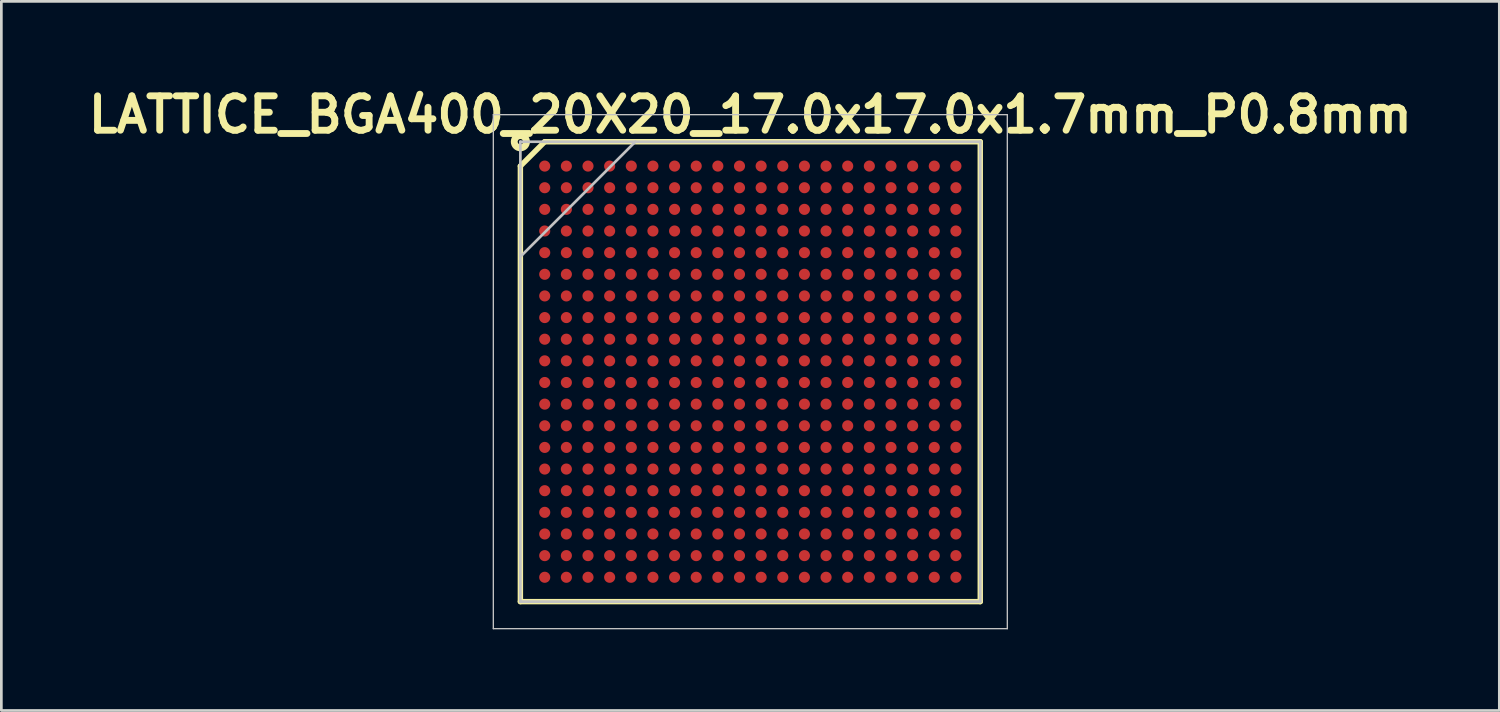
<source format=kicad_pcb>
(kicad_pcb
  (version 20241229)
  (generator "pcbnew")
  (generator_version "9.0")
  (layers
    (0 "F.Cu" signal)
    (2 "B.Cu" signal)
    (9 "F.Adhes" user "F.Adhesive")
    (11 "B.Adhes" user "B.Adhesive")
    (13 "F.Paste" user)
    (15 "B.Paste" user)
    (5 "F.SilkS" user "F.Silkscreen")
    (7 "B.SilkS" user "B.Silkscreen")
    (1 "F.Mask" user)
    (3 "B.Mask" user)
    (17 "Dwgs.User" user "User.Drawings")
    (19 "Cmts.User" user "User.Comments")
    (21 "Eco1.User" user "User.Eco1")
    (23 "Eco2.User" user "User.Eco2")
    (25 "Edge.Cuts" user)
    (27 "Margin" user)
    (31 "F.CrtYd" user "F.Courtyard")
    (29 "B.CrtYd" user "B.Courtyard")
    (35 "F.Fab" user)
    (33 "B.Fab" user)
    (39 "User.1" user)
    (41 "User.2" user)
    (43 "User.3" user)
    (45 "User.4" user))
  (footprint "LATTICE_BGA400_20X20_17.0x17.0x1.7mm_P0.8mm"
    (layer "F.Cu")
    (at 24.686 10.689)
    (property "Reference" "LATTICE_BGA400_20X20_17.0x17.0x1.7mm_P0.8mm" (at 0 -9.5 0) (unlocked yes) (layer "F.SilkS") (effects (font (size 1.27 1.27) (thickness 0.254))))
    (attr smd)
    (fp_line (start -8.5 -7.6) (end -7.6 -8.5) (stroke (width 0.2) (type solid)) (layer "F.SilkS"))
    (fp_line (start -8.5 8.5) (end -8.5 -7.6) (stroke (width 0.2) (type solid)) (layer "F.SilkS"))
    (fp_line (start -7.6 -8.5) (end 8.5 -8.5) (stroke (width 0.2) (type solid)) (layer "F.SilkS"))
    (fp_line (start 8.5 -8.5) (end 8.5 8.5) (stroke (width 0.2) (type solid)) (layer "F.SilkS"))
    (fp_line (start 8.5 8.5) (end -8.5 8.5) (stroke (width 0.2) (type solid)) (layer "F.SilkS"))
    (fp_circle (center -8.5 -8.5) (end -8.4 -8.5) (stroke (width 0.254) (type solid)) (fill no) (layer "F.SilkS"))
    (fp_line (start -9.5 -9.5) (end 9.5 -9.5) (stroke (width 0.05) (type solid)) (layer "Dwgs.User"))
    (fp_line (start -9.5 9.5) (end -9.5 -9.5) (stroke (width 0.05) (type solid)) (layer "Dwgs.User"))
    (fp_line (start -8.5 -8.5) (end 8.5 -8.5) (stroke (width 0.1) (type solid)) (layer "Dwgs.User"))
    (fp_line (start -8.5 -4.25) (end -4.25 -8.5) (stroke (width 0.1) (type solid)) (layer "Dwgs.User"))
    (fp_line (start -8.5 8.5) (end -8.5 -8.5) (stroke (width 0.1) (type solid)) (layer "Dwgs.User"))
    (fp_line (start 8.5 -8.5) (end 8.5 8.5) (stroke (width 0.1) (type solid)) (layer "Dwgs.User"))
    (fp_line (start 8.5 8.5) (end -8.5 8.5) (stroke (width 0.1) (type solid)) (layer "Dwgs.User"))
    (fp_line (start 9.5 -9.5) (end 9.5 9.5) (stroke (width 0.05) (type solid)) (layer "Dwgs.User"))
    (fp_line (start 9.5 9.5) (end -9.5 9.5) (stroke (width 0.05) (type solid)) (layer "Dwgs.User"))
    (pad "A1" smd circle (at -7.6 -7.6 90) (size 0.41 0.41) (layers "F.Cu" "F.Mask" "F.Paste"))
    (pad "A2" smd circle (at -6.8 -7.6 90) (size 0.41 0.41) (layers "F.Cu" "F.Mask" "F.Paste"))
    (pad "A3" smd circle (at -6 -7.6 90) (size 0.41 0.41) (layers "F.Cu" "F.Mask" "F.Paste"))
    (pad "A4" smd circle (at -5.2 -7.6 90) (size 0.41 0.41) (layers "F.Cu" "F.Mask" "F.Paste"))
    (pad "A5" smd circle (at -4.4 -7.6 90) (size 0.41 0.41) (layers "F.Cu" "F.Mask" "F.Paste"))
    (pad "A6" smd circle (at -3.6 -7.6 90) (size 0.41 0.41) (layers "F.Cu" "F.Mask" "F.Paste"))
    (pad "A7" smd circle (at -2.8 -7.6 90) (size 0.41 0.41) (layers "F.Cu" "F.Mask" "F.Paste"))
    (pad "A8" smd circle (at -2 -7.6 90) (size 0.41 0.41) (layers "F.Cu" "F.Mask" "F.Paste"))
    (pad "A9" smd circle (at -1.2 -7.6 90) (size 0.41 0.41) (layers "F.Cu" "F.Mask" "F.Paste"))
    (pad "A10" smd circle (at -0.4 -7.6 90) (size 0.41 0.41) (layers "F.Cu" "F.Mask" "F.Paste"))
    (pad "A11" smd circle (at 0.4 -7.6 90) (size 0.41 0.41) (layers "F.Cu" "F.Mask" "F.Paste"))
    (pad "A12" smd circle (at 1.2 -7.6 90) (size 0.41 0.41) (layers "F.Cu" "F.Mask" "F.Paste"))
    (pad "A13" smd circle (at 2 -7.6 90) (size 0.41 0.41) (layers "F.Cu" "F.Mask" "F.Paste"))
    (pad "A14" smd circle (at 2.8 -7.6 90) (size 0.41 0.41) (layers "F.Cu" "F.Mask" "F.Paste"))
    (pad "A15" smd circle (at 3.6 -7.6 90) (size 0.41 0.41) (layers "F.Cu" "F.Mask" "F.Paste"))
    (pad "A16" smd circle (at 4.4 -7.6 90) (size 0.41 0.41) (layers "F.Cu" "F.Mask" "F.Paste"))
    (pad "A17" smd circle (at 5.2 -7.6 90) (size 0.41 0.41) (layers "F.Cu" "F.Mask" "F.Paste"))
    (pad "A18" smd circle (at 6 -7.6 90) (size 0.41 0.41) (layers "F.Cu" "F.Mask" "F.Paste"))
    (pad "A19" smd circle (at 6.8 -7.6 90) (size 0.41 0.41) (layers "F.Cu" "F.Mask" "F.Paste"))
    (pad "A20" smd circle (at 7.6 -7.6 90) (size 0.41 0.41) (layers "F.Cu" "F.Mask" "F.Paste"))
    (pad "B1" smd circle (at -7.6 -6.8 90) (size 0.41 0.41) (layers "F.Cu" "F.Mask" "F.Paste"))
    (pad "B2" smd circle (at -6.8 -6.8 90) (size 0.41 0.41) (layers "F.Cu" "F.Mask" "F.Paste"))
    (pad "B3" smd circle (at -6 -6.8 90) (size 0.41 0.41) (layers "F.Cu" "F.Mask" "F.Paste"))
    (pad "B4" smd circle (at -5.2 -6.8 90) (size 0.41 0.41) (layers "F.Cu" "F.Mask" "F.Paste"))
    (pad "B5" smd circle (at -4.4 -6.8 90) (size 0.41 0.41) (layers "F.Cu" "F.Mask" "F.Paste"))
    (pad "B6" smd circle (at -3.6 -6.8 90) (size 0.41 0.41) (layers "F.Cu" "F.Mask" "F.Paste"))
    (pad "B7" smd circle (at -2.8 -6.8 90) (size 0.41 0.41) (layers "F.Cu" "F.Mask" "F.Paste"))
    (pad "B8" smd circle (at -2 -6.8 90) (size 0.41 0.41) (layers "F.Cu" "F.Mask" "F.Paste"))
    (pad "B9" smd circle (at -1.2 -6.8 90) (size 0.41 0.41) (layers "F.Cu" "F.Mask" "F.Paste"))
    (pad "B10" smd circle (at -0.4 -6.8 90) (size 0.41 0.41) (layers "F.Cu" "F.Mask" "F.Paste"))
    (pad "B11" smd circle (at 0.4 -6.8 90) (size 0.41 0.41) (layers "F.Cu" "F.Mask" "F.Paste"))
    (pad "B12" smd circle (at 1.2 -6.8 90) (size 0.41 0.41) (layers "F.Cu" "F.Mask" "F.Paste"))
    (pad "B13" smd circle (at 2 -6.8 90) (size 0.41 0.41) (layers "F.Cu" "F.Mask" "F.Paste"))
    (pad "B14" smd circle (at 2.8 -6.8 90) (size 0.41 0.41) (layers "F.Cu" "F.Mask" "F.Paste"))
    (pad "B15" smd circle (at 3.6 -6.8 90) (size 0.41 0.41) (layers "F.Cu" "F.Mask" "F.Paste"))
    (pad "B16" smd circle (at 4.4 -6.8 90) (size 0.41 0.41) (layers "F.Cu" "F.Mask" "F.Paste"))
    (pad "B17" smd circle (at 5.2 -6.8 90) (size 0.41 0.41) (layers "F.Cu" "F.Mask" "F.Paste"))
    (pad "B18" smd circle (at 6 -6.8 90) (size 0.41 0.41) (layers "F.Cu" "F.Mask" "F.Paste"))
    (pad "B19" smd circle (at 6.8 -6.8 90) (size 0.41 0.41) (layers "F.Cu" "F.Mask" "F.Paste"))
    (pad "B20" smd circle (at 7.6 -6.8 90) (size 0.41 0.41) (layers "F.Cu" "F.Mask" "F.Paste"))
    (pad "C1" smd circle (at -7.6 -6 90) (size 0.41 0.41) (layers "F.Cu" "F.Mask" "F.Paste"))
    (pad "C2" smd circle (at -6.8 -6 90) (size 0.41 0.41) (layers "F.Cu" "F.Mask" "F.Paste"))
    (pad "C3" smd circle (at -6 -6 90) (size 0.41 0.41) (layers "F.Cu" "F.Mask" "F.Paste"))
    (pad "C4" smd circle (at -5.2 -6 90) (size 0.41 0.41) (layers "F.Cu" "F.Mask" "F.Paste"))
    (pad "C5" smd circle (at -4.4 -6 90) (size 0.41 0.41) (layers "F.Cu" "F.Mask" "F.Paste"))
    (pad "C6" smd circle (at -3.6 -6 90) (size 0.41 0.41) (layers "F.Cu" "F.Mask" "F.Paste"))
    (pad "C7" smd circle (at -2.8 -6 90) (size 0.41 0.41) (layers "F.Cu" "F.Mask" "F.Paste"))
    (pad "C8" smd circle (at -2 -6 90) (size 0.41 0.41) (layers "F.Cu" "F.Mask" "F.Paste"))
    (pad "C9" smd circle (at -1.2 -6 90) (size 0.41 0.41) (layers "F.Cu" "F.Mask" "F.Paste"))
    (pad "C10" smd circle (at -0.4 -6 90) (size 0.41 0.41) (layers "F.Cu" "F.Mask" "F.Paste"))
    (pad "C11" smd circle (at 0.4 -6 90) (size 0.41 0.41) (layers "F.Cu" "F.Mask" "F.Paste"))
    (pad "C12" smd circle (at 1.2 -6 90) (size 0.41 0.41) (layers "F.Cu" "F.Mask" "F.Paste"))
    (pad "C13" smd circle (at 2 -6 90) (size 0.41 0.41) (layers "F.Cu" "F.Mask" "F.Paste"))
    (pad "C14" smd circle (at 2.8 -6 90) (size 0.41 0.41) (layers "F.Cu" "F.Mask" "F.Paste"))
    (pad "C15" smd circle (at 3.6 -6 90) (size 0.41 0.41) (layers "F.Cu" "F.Mask" "F.Paste"))
    (pad "C16" smd circle (at 4.4 -6 90) (size 0.41 0.41) (layers "F.Cu" "F.Mask" "F.Paste"))
    (pad "C17" smd circle (at 5.2 -6 90) (size 0.41 0.41) (layers "F.Cu" "F.Mask" "F.Paste"))
    (pad "C18" smd circle (at 6 -6 90) (size 0.41 0.41) (layers "F.Cu" "F.Mask" "F.Paste"))
    (pad "C19" smd circle (at 6.8 -6 90) (size 0.41 0.41) (layers "F.Cu" "F.Mask" "F.Paste"))
    (pad "C20" smd circle (at 7.6 -6 90) (size 0.41 0.41) (layers "F.Cu" "F.Mask" "F.Paste"))
    (pad "D1" smd circle (at -7.6 -5.2 90) (size 0.41 0.41) (layers "F.Cu" "F.Mask" "F.Paste"))
    (pad "D2" smd circle (at -6.8 -5.2 90) (size 0.41 0.41) (layers "F.Cu" "F.Mask" "F.Paste"))
    (pad "D3" smd circle (at -6 -5.2 90) (size 0.41 0.41) (layers "F.Cu" "F.Mask" "F.Paste"))
    (pad "D4" smd circle (at -5.2 -5.2 90) (size 0.41 0.41) (layers "F.Cu" "F.Mask" "F.Paste"))
    (pad "D5" smd circle (at -4.4 -5.2 90) (size 0.41 0.41) (layers "F.Cu" "F.Mask" "F.Paste"))
    (pad "D6" smd circle (at -3.6 -5.2 90) (size 0.41 0.41) (layers "F.Cu" "F.Mask" "F.Paste"))
    (pad "D7" smd circle (at -2.8 -5.2 90) (size 0.41 0.41) (layers "F.Cu" "F.Mask" "F.Paste"))
    (pad "D8" smd circle (at -2 -5.2 90) (size 0.41 0.41) (layers "F.Cu" "F.Mask" "F.Paste"))
    (pad "D9" smd circle (at -1.2 -5.2 90) (size 0.41 0.41) (layers "F.Cu" "F.Mask" "F.Paste"))
    (pad "D10" smd circle (at -0.4 -5.2 90) (size 0.41 0.41) (layers "F.Cu" "F.Mask" "F.Paste"))
    (pad "D11" smd circle (at 0.4 -5.2 90) (size 0.41 0.41) (layers "F.Cu" "F.Mask" "F.Paste"))
    (pad "D12" smd circle (at 1.2 -5.2 90) (size 0.41 0.41) (layers "F.Cu" "F.Mask" "F.Paste"))
    (pad "D13" smd circle (at 2 -5.2 90) (size 0.41 0.41) (layers "F.Cu" "F.Mask" "F.Paste"))
    (pad "D14" smd circle (at 2.8 -5.2 90) (size 0.41 0.41) (layers "F.Cu" "F.Mask" "F.Paste"))
    (pad "D15" smd circle (at 3.6 -5.2 90) (size 0.41 0.41) (layers "F.Cu" "F.Mask" "F.Paste"))
    (pad "D16" smd circle (at 4.4 -5.2 90) (size 0.41 0.41) (layers "F.Cu" "F.Mask" "F.Paste"))
    (pad "D17" smd circle (at 5.2 -5.2 90) (size 0.41 0.41) (layers "F.Cu" "F.Mask" "F.Paste"))
    (pad "D18" smd circle (at 6 -5.2 90) (size 0.41 0.41) (layers "F.Cu" "F.Mask" "F.Paste"))
    (pad "D19" smd circle (at 6.8 -5.2 90) (size 0.41 0.41) (layers "F.Cu" "F.Mask" "F.Paste"))
    (pad "D20" smd circle (at 7.6 -5.2 90) (size 0.41 0.41) (layers "F.Cu" "F.Mask" "F.Paste"))
    (pad "E1" smd circle (at -7.6 -4.4 90) (size 0.41 0.41) (layers "F.Cu" "F.Mask" "F.Paste"))
    (pad "E2" smd circle (at -6.8 -4.4 90) (size 0.41 0.41) (layers "F.Cu" "F.Mask" "F.Paste"))
    (pad "E3" smd circle (at -6 -4.4 90) (size 0.41 0.41) (layers "F.Cu" "F.Mask" "F.Paste"))
    (pad "E4" smd circle (at -5.2 -4.4 90) (size 0.41 0.41) (layers "F.Cu" "F.Mask" "F.Paste"))
    (pad "E5" smd circle (at -4.4 -4.4 90) (size 0.41 0.41) (layers "F.Cu" "F.Mask" "F.Paste"))
    (pad "E6" smd circle (at -3.6 -4.4 90) (size 0.41 0.41) (layers "F.Cu" "F.Mask" "F.Paste"))
    (pad "E7" smd circle (at -2.8 -4.4 90) (size 0.41 0.41) (layers "F.Cu" "F.Mask" "F.Paste"))
    (pad "E8" smd circle (at -2 -4.4 90) (size 0.41 0.41) (layers "F.Cu" "F.Mask" "F.Paste"))
    (pad "E9" smd circle (at -1.2 -4.4 90) (size 0.41 0.41) (layers "F.Cu" "F.Mask" "F.Paste"))
    (pad "E10" smd circle (at -0.4 -4.4 90) (size 0.41 0.41) (layers "F.Cu" "F.Mask" "F.Paste"))
    (pad "E11" smd circle (at 0.4 -4.4 90) (size 0.41 0.41) (layers "F.Cu" "F.Mask" "F.Paste"))
    (pad "E12" smd circle (at 1.2 -4.4 90) (size 0.41 0.41) (layers "F.Cu" "F.Mask" "F.Paste"))
    (pad "E13" smd circle (at 2 -4.4 90) (size 0.41 0.41) (layers "F.Cu" "F.Mask" "F.Paste"))
    (pad "E14" smd circle (at 2.8 -4.4 90) (size 0.41 0.41) (layers "F.Cu" "F.Mask" "F.Paste"))
    (pad "E15" smd circle (at 3.6 -4.4 90) (size 0.41 0.41) (layers "F.Cu" "F.Mask" "F.Paste"))
    (pad "E16" smd circle (at 4.4 -4.4 90) (size 0.41 0.41) (layers "F.Cu" "F.Mask" "F.Paste"))
    (pad "E17" smd circle (at 5.2 -4.4 90) (size 0.41 0.41) (layers "F.Cu" "F.Mask" "F.Paste"))
    (pad "E18" smd circle (at 6 -4.4 90) (size 0.41 0.41) (layers "F.Cu" "F.Mask" "F.Paste"))
    (pad "E19" smd circle (at 6.8 -4.4 90) (size 0.41 0.41) (layers "F.Cu" "F.Mask" "F.Paste"))
    (pad "E20" smd circle (at 7.6 -4.4 90) (size 0.41 0.41) (layers "F.Cu" "F.Mask" "F.Paste"))
    (pad "F1" smd circle (at -7.6 -3.6 90) (size 0.41 0.41) (layers "F.Cu" "F.Mask" "F.Paste"))
    (pad "F2" smd circle (at -6.8 -3.6 90) (size 0.41 0.41) (layers "F.Cu" "F.Mask" "F.Paste"))
    (pad "F3" smd circle (at -6 -3.6 90) (size 0.41 0.41) (layers "F.Cu" "F.Mask" "F.Paste"))
    (pad "F4" smd circle (at -5.2 -3.6 90) (size 0.41 0.41) (layers "F.Cu" "F.Mask" "F.Paste"))
    (pad "F5" smd circle (at -4.4 -3.6 90) (size 0.41 0.41) (layers "F.Cu" "F.Mask" "F.Paste"))
    (pad "F6" smd circle (at -3.6 -3.6 90) (size 0.41 0.41) (layers "F.Cu" "F.Mask" "F.Paste"))
    (pad "F7" smd circle (at -2.8 -3.6 90) (size 0.41 0.41) (layers "F.Cu" "F.Mask" "F.Paste"))
    (pad "F8" smd circle (at -2 -3.6 90) (size 0.41 0.41) (layers "F.Cu" "F.Mask" "F.Paste"))
    (pad "F9" smd circle (at -1.2 -3.6 90) (size 0.41 0.41) (layers "F.Cu" "F.Mask" "F.Paste"))
    (pad "F10" smd circle (at -0.4 -3.6 90) (size 0.41 0.41) (layers "F.Cu" "F.Mask" "F.Paste"))
    (pad "F11" smd circle (at 0.4 -3.6 90) (size 0.41 0.41) (layers "F.Cu" "F.Mask" "F.Paste"))
    (pad "F12" smd circle (at 1.2 -3.6 90) (size 0.41 0.41) (layers "F.Cu" "F.Mask" "F.Paste"))
    (pad "F13" smd circle (at 2 -3.6 90) (size 0.41 0.41) (layers "F.Cu" "F.Mask" "F.Paste"))
    (pad "F14" smd circle (at 2.8 -3.6 90) (size 0.41 0.41) (layers "F.Cu" "F.Mask" "F.Paste"))
    (pad "F15" smd circle (at 3.6 -3.6 90) (size 0.41 0.41) (layers "F.Cu" "F.Mask" "F.Paste"))
    (pad "F16" smd circle (at 4.4 -3.6 90) (size 0.41 0.41) (layers "F.Cu" "F.Mask" "F.Paste"))
    (pad "F17" smd circle (at 5.2 -3.6 90) (size 0.41 0.41) (layers "F.Cu" "F.Mask" "F.Paste"))
    (pad "F18" smd circle (at 6 -3.6 90) (size 0.41 0.41) (layers "F.Cu" "F.Mask" "F.Paste"))
    (pad "F19" smd circle (at 6.8 -3.6 90) (size 0.41 0.41) (layers "F.Cu" "F.Mask" "F.Paste"))
    (pad "F20" smd circle (at 7.6 -3.6 90) (size 0.41 0.41) (layers "F.Cu" "F.Mask" "F.Paste"))
    (pad "G1" smd circle (at -7.6 -2.8 90) (size 0.41 0.41) (layers "F.Cu" "F.Mask" "F.Paste"))
    (pad "G2" smd circle (at -6.8 -2.8 90) (size 0.41 0.41) (layers "F.Cu" "F.Mask" "F.Paste"))
    (pad "G3" smd circle (at -6 -2.8 90) (size 0.41 0.41) (layers "F.Cu" "F.Mask" "F.Paste"))
    (pad "G4" smd circle (at -5.2 -2.8 90) (size 0.41 0.41) (layers "F.Cu" "F.Mask" "F.Paste"))
    (pad "G5" smd circle (at -4.4 -2.8 90) (size 0.41 0.41) (layers "F.Cu" "F.Mask" "F.Paste"))
    (pad "G6" smd circle (at -3.6 -2.8 90) (size 0.41 0.41) (layers "F.Cu" "F.Mask" "F.Paste"))
    (pad "G7" smd circle (at -2.8 -2.8 90) (size 0.41 0.41) (layers "F.Cu" "F.Mask" "F.Paste"))
    (pad "G8" smd circle (at -2 -2.8 90) (size 0.41 0.41) (layers "F.Cu" "F.Mask" "F.Paste"))
    (pad "G9" smd circle (at -1.2 -2.8 90) (size 0.41 0.41) (layers "F.Cu" "F.Mask" "F.Paste"))
    (pad "G10" smd circle (at -0.4 -2.8 90) (size 0.41 0.41) (layers "F.Cu" "F.Mask" "F.Paste"))
    (pad "G11" smd circle (at 0.4 -2.8 90) (size 0.41 0.41) (layers "F.Cu" "F.Mask" "F.Paste"))
    (pad "G12" smd circle (at 1.2 -2.8 90) (size 0.41 0.41) (layers "F.Cu" "F.Mask" "F.Paste"))
    (pad "G13" smd circle (at 2 -2.8 90) (size 0.41 0.41) (layers "F.Cu" "F.Mask" "F.Paste"))
    (pad "G14" smd circle (at 2.8 -2.8 90) (size 0.41 0.41) (layers "F.Cu" "F.Mask" "F.Paste"))
    (pad "G15" smd circle (at 3.6 -2.8 90) (size 0.41 0.41) (layers "F.Cu" "F.Mask" "F.Paste"))
    (pad "G16" smd circle (at 4.4 -2.8 90) (size 0.41 0.41) (layers "F.Cu" "F.Mask" "F.Paste"))
    (pad "G17" smd circle (at 5.2 -2.8 90) (size 0.41 0.41) (layers "F.Cu" "F.Mask" "F.Paste"))
    (pad "G18" smd circle (at 6 -2.8 90) (size 0.41 0.41) (layers "F.Cu" "F.Mask" "F.Paste"))
    (pad "G19" smd circle (at 6.8 -2.8 90) (size 0.41 0.41) (layers "F.Cu" "F.Mask" "F.Paste"))
    (pad "G20" smd circle (at 7.6 -2.8 90) (size 0.41 0.41) (layers "F.Cu" "F.Mask" "F.Paste"))
    (pad "H1" smd circle (at -7.6 -2 90) (size 0.41 0.41) (layers "F.Cu" "F.Mask" "F.Paste"))
    (pad "H2" smd circle (at -6.8 -2 90) (size 0.41 0.41) (layers "F.Cu" "F.Mask" "F.Paste"))
    (pad "H3" smd circle (at -6 -2 90) (size 0.41 0.41) (layers "F.Cu" "F.Mask" "F.Paste"))
    (pad "H4" smd circle (at -5.2 -2 90) (size 0.41 0.41) (layers "F.Cu" "F.Mask" "F.Paste"))
    (pad "H5" smd circle (at -4.4 -2 90) (size 0.41 0.41) (layers "F.Cu" "F.Mask" "F.Paste"))
    (pad "H6" smd circle (at -3.6 -2 90) (size 0.41 0.41) (layers "F.Cu" "F.Mask" "F.Paste"))
    (pad "H7" smd circle (at -2.8 -2 90) (size 0.41 0.41) (layers "F.Cu" "F.Mask" "F.Paste"))
    (pad "H8" smd circle (at -2 -2 90) (size 0.41 0.41) (layers "F.Cu" "F.Mask" "F.Paste"))
    (pad "H9" smd circle (at -1.2 -2 90) (size 0.41 0.41) (layers "F.Cu" "F.Mask" "F.Paste"))
    (pad "H10" smd circle (at -0.4 -2 90) (size 0.41 0.41) (layers "F.Cu" "F.Mask" "F.Paste"))
    (pad "H11" smd circle (at 0.4 -2 90) (size 0.41 0.41) (layers "F.Cu" "F.Mask" "F.Paste"))
    (pad "H12" smd circle (at 1.2 -2 90) (size 0.41 0.41) (layers "F.Cu" "F.Mask" "F.Paste"))
    (pad "H13" smd circle (at 2 -2 90) (size 0.41 0.41) (layers "F.Cu" "F.Mask" "F.Paste"))
    (pad "H14" smd circle (at 2.8 -2 90) (size 0.41 0.41) (layers "F.Cu" "F.Mask" "F.Paste"))
    (pad "H15" smd circle (at 3.6 -2 90) (size 0.41 0.41) (layers "F.Cu" "F.Mask" "F.Paste"))
    (pad "H16" smd circle (at 4.4 -2 90) (size 0.41 0.41) (layers "F.Cu" "F.Mask" "F.Paste"))
    (pad "H17" smd circle (at 5.2 -2 90) (size 0.41 0.41) (layers "F.Cu" "F.Mask" "F.Paste"))
    (pad "H18" smd circle (at 6 -2 90) (size 0.41 0.41) (layers "F.Cu" "F.Mask" "F.Paste"))
    (pad "H19" smd circle (at 6.8 -2 90) (size 0.41 0.41) (layers "F.Cu" "F.Mask" "F.Paste"))
    (pad "H20" smd circle (at 7.6 -2 90) (size 0.41 0.41) (layers "F.Cu" "F.Mask" "F.Paste"))
    (pad "J1" smd circle (at -7.6 -1.2 90) (size 0.41 0.41) (layers "F.Cu" "F.Mask" "F.Paste"))
    (pad "J2" smd circle (at -6.8 -1.2 90) (size 0.41 0.41) (layers "F.Cu" "F.Mask" "F.Paste"))
    (pad "J3" smd circle (at -6 -1.2 90) (size 0.41 0.41) (layers "F.Cu" "F.Mask" "F.Paste"))
    (pad "J4" smd circle (at -5.2 -1.2 90) (size 0.41 0.41) (layers "F.Cu" "F.Mask" "F.Paste"))
    (pad "J5" smd circle (at -4.4 -1.2 90) (size 0.41 0.41) (layers "F.Cu" "F.Mask" "F.Paste"))
    (pad "J6" smd circle (at -3.6 -1.2 90) (size 0.41 0.41) (layers "F.Cu" "F.Mask" "F.Paste"))
    (pad "J7" smd circle (at -2.8 -1.2 90) (size 0.41 0.41) (layers "F.Cu" "F.Mask" "F.Paste"))
    (pad "J8" smd circle (at -2 -1.2 90) (size 0.41 0.41) (layers "F.Cu" "F.Mask" "F.Paste"))
    (pad "J9" smd circle (at -1.2 -1.2 90) (size 0.41 0.41) (layers "F.Cu" "F.Mask" "F.Paste"))
    (pad "J10" smd circle (at -0.4 -1.2 90) (size 0.41 0.41) (layers "F.Cu" "F.Mask" "F.Paste"))
    (pad "J11" smd circle (at 0.4 -1.2 90) (size 0.41 0.41) (layers "F.Cu" "F.Mask" "F.Paste"))
    (pad "J12" smd circle (at 1.2 -1.2 90) (size 0.41 0.41) (layers "F.Cu" "F.Mask" "F.Paste"))
    (pad "J13" smd circle (at 2 -1.2 90) (size 0.41 0.41) (layers "F.Cu" "F.Mask" "F.Paste"))
    (pad "J14" smd circle (at 2.8 -1.2 90) (size 0.41 0.41) (layers "F.Cu" "F.Mask" "F.Paste"))
    (pad "J15" smd circle (at 3.6 -1.2 90) (size 0.41 0.41) (layers "F.Cu" "F.Mask" "F.Paste"))
    (pad "J16" smd circle (at 4.4 -1.2 90) (size 0.41 0.41) (layers "F.Cu" "F.Mask" "F.Paste"))
    (pad "J17" smd circle (at 5.2 -1.2 90) (size 0.41 0.41) (layers "F.Cu" "F.Mask" "F.Paste"))
    (pad "J18" smd circle (at 6 -1.2 90) (size 0.41 0.41) (layers "F.Cu" "F.Mask" "F.Paste"))
    (pad "J19" smd circle (at 6.8 -1.2 90) (size 0.41 0.41) (layers "F.Cu" "F.Mask" "F.Paste"))
    (pad "J20" smd circle (at 7.6 -1.2 90) (size 0.41 0.41) (layers "F.Cu" "F.Mask" "F.Paste"))
    (pad "K1" smd circle (at -7.6 -0.4 90) (size 0.41 0.41) (layers "F.Cu" "F.Mask" "F.Paste"))
    (pad "K2" smd circle (at -6.8 -0.4 90) (size 0.41 0.41) (layers "F.Cu" "F.Mask" "F.Paste"))
    (pad "K3" smd circle (at -6 -0.4 90) (size 0.41 0.41) (layers "F.Cu" "F.Mask" "F.Paste"))
    (pad "K4" smd circle (at -5.2 -0.4 90) (size 0.41 0.41) (layers "F.Cu" "F.Mask" "F.Paste"))
    (pad "K5" smd circle (at -4.4 -0.4 90) (size 0.41 0.41) (layers "F.Cu" "F.Mask" "F.Paste"))
    (pad "K6" smd circle (at -3.6 -0.4 90) (size 0.41 0.41) (layers "F.Cu" "F.Mask" "F.Paste"))
    (pad "K7" smd circle (at -2.8 -0.4 90) (size 0.41 0.41) (layers "F.Cu" "F.Mask" "F.Paste"))
    (pad "K8" smd circle (at -2 -0.4 90) (size 0.41 0.41) (layers "F.Cu" "F.Mask" "F.Paste"))
    (pad "K9" smd circle (at -1.2 -0.4 90) (size 0.41 0.41) (layers "F.Cu" "F.Mask" "F.Paste"))
    (pad "K10" smd circle (at -0.4 -0.4 90) (size 0.41 0.41) (layers "F.Cu" "F.Mask" "F.Paste"))
    (pad "K11" smd circle (at 0.4 -0.4 90) (size 0.41 0.41) (layers "F.Cu" "F.Mask" "F.Paste"))
    (pad "K12" smd circle (at 1.2 -0.4 90) (size 0.41 0.41) (layers "F.Cu" "F.Mask" "F.Paste"))
    (pad "K13" smd circle (at 2 -0.4 90) (size 0.41 0.41) (layers "F.Cu" "F.Mask" "F.Paste"))
    (pad "K14" smd circle (at 2.8 -0.4 90) (size 0.41 0.41) (layers "F.Cu" "F.Mask" "F.Paste"))
    (pad "K15" smd circle (at 3.6 -0.4 90) (size 0.41 0.41) (layers "F.Cu" "F.Mask" "F.Paste"))
    (pad "K16" smd circle (at 4.4 -0.4 90) (size 0.41 0.41) (layers "F.Cu" "F.Mask" "F.Paste"))
    (pad "K17" smd circle (at 5.2 -0.4 90) (size 0.41 0.41) (layers "F.Cu" "F.Mask" "F.Paste"))
    (pad "K18" smd circle (at 6 -0.4 90) (size 0.41 0.41) (layers "F.Cu" "F.Mask" "F.Paste"))
    (pad "K19" smd circle (at 6.8 -0.4 90) (size 0.41 0.41) (layers "F.Cu" "F.Mask" "F.Paste"))
    (pad "K20" smd circle (at 7.6 -0.4 90) (size 0.41 0.41) (layers "F.Cu" "F.Mask" "F.Paste"))
    (pad "L1" smd circle (at -7.6 0.4 90) (size 0.41 0.41) (layers "F.Cu" "F.Mask" "F.Paste"))
    (pad "L2" smd circle (at -6.8 0.4 90) (size 0.41 0.41) (layers "F.Cu" "F.Mask" "F.Paste"))
    (pad "L3" smd circle (at -6 0.4 90) (size 0.41 0.41) (layers "F.Cu" "F.Mask" "F.Paste"))
    (pad "L4" smd circle (at -5.2 0.4 90) (size 0.41 0.41) (layers "F.Cu" "F.Mask" "F.Paste"))
    (pad "L5" smd circle (at -4.4 0.4 90) (size 0.41 0.41) (layers "F.Cu" "F.Mask" "F.Paste"))
    (pad "L6" smd circle (at -3.6 0.4 90) (size 0.41 0.41) (layers "F.Cu" "F.Mask" "F.Paste"))
    (pad "L7" smd circle (at -2.8 0.4 90) (size 0.41 0.41) (layers "F.Cu" "F.Mask" "F.Paste"))
    (pad "L8" smd circle (at -2 0.4 90) (size 0.41 0.41) (layers "F.Cu" "F.Mask" "F.Paste"))
    (pad "L9" smd circle (at -1.2 0.4 90) (size 0.41 0.41) (layers "F.Cu" "F.Mask" "F.Paste"))
    (pad "L10" smd circle (at -0.4 0.4 90) (size 0.41 0.41) (layers "F.Cu" "F.Mask" "F.Paste"))
    (pad "L11" smd circle (at 0.4 0.4 90) (size 0.41 0.41) (layers "F.Cu" "F.Mask" "F.Paste"))
    (pad "L12" smd circle (at 1.2 0.4 90) (size 0.41 0.41) (layers "F.Cu" "F.Mask" "F.Paste"))
    (pad "L13" smd circle (at 2 0.4 90) (size 0.41 0.41) (layers "F.Cu" "F.Mask" "F.Paste"))
    (pad "L14" smd circle (at 2.8 0.4 90) (size 0.41 0.41) (layers "F.Cu" "F.Mask" "F.Paste"))
    (pad "L15" smd circle (at 3.6 0.4 90) (size 0.41 0.41) (layers "F.Cu" "F.Mask" "F.Paste"))
    (pad "L16" smd circle (at 4.4 0.4 90) (size 0.41 0.41) (layers "F.Cu" "F.Mask" "F.Paste"))
    (pad "L17" smd circle (at 5.2 0.4 90) (size 0.41 0.41) (layers "F.Cu" "F.Mask" "F.Paste"))
    (pad "L18" smd circle (at 6 0.4 90) (size 0.41 0.41) (layers "F.Cu" "F.Mask" "F.Paste"))
    (pad "L19" smd circle (at 6.8 0.4 90) (size 0.41 0.41) (layers "F.Cu" "F.Mask" "F.Paste"))
    (pad "L20" smd circle (at 7.6 0.4 90) (size 0.41 0.41) (layers "F.Cu" "F.Mask" "F.Paste"))
    (pad "M1" smd circle (at -7.6 1.2 90) (size 0.41 0.41) (layers "F.Cu" "F.Mask" "F.Paste"))
    (pad "M2" smd circle (at -6.8 1.2 90) (size 0.41 0.41) (layers "F.Cu" "F.Mask" "F.Paste"))
    (pad "M3" smd circle (at -6 1.2 90) (size 0.41 0.41) (layers "F.Cu" "F.Mask" "F.Paste"))
    (pad "M4" smd circle (at -5.2 1.2 90) (size 0.41 0.41) (layers "F.Cu" "F.Mask" "F.Paste"))
    (pad "M5" smd circle (at -4.4 1.2 90) (size 0.41 0.41) (layers "F.Cu" "F.Mask" "F.Paste"))
    (pad "M6" smd circle (at -3.6 1.2 90) (size 0.41 0.41) (layers "F.Cu" "F.Mask" "F.Paste"))
    (pad "M7" smd circle (at -2.8 1.2 90) (size 0.41 0.41) (layers "F.Cu" "F.Mask" "F.Paste"))
    (pad "M8" smd circle (at -2 1.2 90) (size 0.41 0.41) (layers "F.Cu" "F.Mask" "F.Paste"))
    (pad "M9" smd circle (at -1.2 1.2 90) (size 0.41 0.41) (layers "F.Cu" "F.Mask" "F.Paste"))
    (pad "M10" smd circle (at -0.4 1.2 90) (size 0.41 0.41) (layers "F.Cu" "F.Mask" "F.Paste"))
    (pad "M11" smd circle (at 0.4 1.2 90) (size 0.41 0.41) (layers "F.Cu" "F.Mask" "F.Paste"))
    (pad "M12" smd circle (at 1.2 1.2 90) (size 0.41 0.41) (layers "F.Cu" "F.Mask" "F.Paste"))
    (pad "M13" smd circle (at 2 1.2 90) (size 0.41 0.41) (layers "F.Cu" "F.Mask" "F.Paste"))
    (pad "M14" smd circle (at 2.8 1.2 90) (size 0.41 0.41) (layers "F.Cu" "F.Mask" "F.Paste"))
    (pad "M15" smd circle (at 3.6 1.2 90) (size 0.41 0.41) (layers "F.Cu" "F.Mask" "F.Paste"))
    (pad "M16" smd circle (at 4.4 1.2 90) (size 0.41 0.41) (layers "F.Cu" "F.Mask" "F.Paste"))
    (pad "M17" smd circle (at 5.2 1.2 90) (size 0.41 0.41) (layers "F.Cu" "F.Mask" "F.Paste"))
    (pad "M18" smd circle (at 6 1.2 90) (size 0.41 0.41) (layers "F.Cu" "F.Mask" "F.Paste"))
    (pad "M19" smd circle (at 6.8 1.2 90) (size 0.41 0.41) (layers "F.Cu" "F.Mask" "F.Paste"))
    (pad "M20" smd circle (at 7.6 1.2 90) (size 0.41 0.41) (layers "F.Cu" "F.Mask" "F.Paste"))
    (pad "N1" smd circle (at -7.6 2 90) (size 0.41 0.41) (layers "F.Cu" "F.Mask" "F.Paste"))
    (pad "N2" smd circle (at -6.8 2 90) (size 0.41 0.41) (layers "F.Cu" "F.Mask" "F.Paste"))
    (pad "N3" smd circle (at -6 2 90) (size 0.41 0.41) (layers "F.Cu" "F.Mask" "F.Paste"))
    (pad "N4" smd circle (at -5.2 2 90) (size 0.41 0.41) (layers "F.Cu" "F.Mask" "F.Paste"))
    (pad "N5" smd circle (at -4.4 2 90) (size 0.41 0.41) (layers "F.Cu" "F.Mask" "F.Paste"))
    (pad "N6" smd circle (at -3.6 2 90) (size 0.41 0.41) (layers "F.Cu" "F.Mask" "F.Paste"))
    (pad "N7" smd circle (at -2.8 2 90) (size 0.41 0.41) (layers "F.Cu" "F.Mask" "F.Paste"))
    (pad "N8" smd circle (at -2 2 90) (size 0.41 0.41) (layers "F.Cu" "F.Mask" "F.Paste"))
    (pad "N9" smd circle (at -1.2 2 90) (size 0.41 0.41) (layers "F.Cu" "F.Mask" "F.Paste"))
    (pad "N10" smd circle (at -0.4 2 90) (size 0.41 0.41) (layers "F.Cu" "F.Mask" "F.Paste"))
    (pad "N11" smd circle (at 0.4 2 90) (size 0.41 0.41) (layers "F.Cu" "F.Mask" "F.Paste"))
    (pad "N12" smd circle (at 1.2 2 90) (size 0.41 0.41) (layers "F.Cu" "F.Mask" "F.Paste"))
    (pad "N13" smd circle (at 2 2 90) (size 0.41 0.41) (layers "F.Cu" "F.Mask" "F.Paste"))
    (pad "N14" smd circle (at 2.8 2 90) (size 0.41 0.41) (layers "F.Cu" "F.Mask" "F.Paste"))
    (pad "N15" smd circle (at 3.6 2 90) (size 0.41 0.41) (layers "F.Cu" "F.Mask" "F.Paste"))
    (pad "N16" smd circle (at 4.4 2 90) (size 0.41 0.41) (layers "F.Cu" "F.Mask" "F.Paste"))
    (pad "N17" smd circle (at 5.2 2 90) (size 0.41 0.41) (layers "F.Cu" "F.Mask" "F.Paste"))
    (pad "N18" smd circle (at 6 2 90) (size 0.41 0.41) (layers "F.Cu" "F.Mask" "F.Paste"))
    (pad "N19" smd circle (at 6.8 2 90) (size 0.41 0.41) (layers "F.Cu" "F.Mask" "F.Paste"))
    (pad "N20" smd circle (at 7.6 2 90) (size 0.41 0.41) (layers "F.Cu" "F.Mask" "F.Paste"))
    (pad "P1" smd circle (at -7.6 2.8 90) (size 0.41 0.41) (layers "F.Cu" "F.Mask" "F.Paste"))
    (pad "P2" smd circle (at -6.8 2.8 90) (size 0.41 0.41) (layers "F.Cu" "F.Mask" "F.Paste"))
    (pad "P3" smd circle (at -6 2.8 90) (size 0.41 0.41) (layers "F.Cu" "F.Mask" "F.Paste"))
    (pad "P4" smd circle (at -5.2 2.8 90) (size 0.41 0.41) (layers "F.Cu" "F.Mask" "F.Paste"))
    (pad "P5" smd circle (at -4.4 2.8 90) (size 0.41 0.41) (layers "F.Cu" "F.Mask" "F.Paste"))
    (pad "P6" smd circle (at -3.6 2.8 90) (size 0.41 0.41) (layers "F.Cu" "F.Mask" "F.Paste"))
    (pad "P7" smd circle (at -2.8 2.8 90) (size 0.41 0.41) (layers "F.Cu" "F.Mask" "F.Paste"))
    (pad "P8" smd circle (at -2 2.8 90) (size 0.41 0.41) (layers "F.Cu" "F.Mask" "F.Paste"))
    (pad "P9" smd circle (at -1.2 2.8 90) (size 0.41 0.41) (layers "F.Cu" "F.Mask" "F.Paste"))
    (pad "P10" smd circle (at -0.4 2.8 90) (size 0.41 0.41) (layers "F.Cu" "F.Mask" "F.Paste"))
    (pad "P11" smd circle (at 0.4 2.8 90) (size 0.41 0.41) (layers "F.Cu" "F.Mask" "F.Paste"))
    (pad "P12" smd circle (at 1.2 2.8 90) (size 0.41 0.41) (layers "F.Cu" "F.Mask" "F.Paste"))
    (pad "P13" smd circle (at 2 2.8 90) (size 0.41 0.41) (layers "F.Cu" "F.Mask" "F.Paste"))
    (pad "P14" smd circle (at 2.8 2.8 90) (size 0.41 0.41) (layers "F.Cu" "F.Mask" "F.Paste"))
    (pad "P15" smd circle (at 3.6 2.8 90) (size 0.41 0.41) (layers "F.Cu" "F.Mask" "F.Paste"))
    (pad "P16" smd circle (at 4.4 2.8 90) (size 0.41 0.41) (layers "F.Cu" "F.Mask" "F.Paste"))
    (pad "P17" smd circle (at 5.2 2.8 90) (size 0.41 0.41) (layers "F.Cu" "F.Mask" "F.Paste"))
    (pad "P18" smd circle (at 6 2.8 90) (size 0.41 0.41) (layers "F.Cu" "F.Mask" "F.Paste"))
    (pad "P19" smd circle (at 6.8 2.8 90) (size 0.41 0.41) (layers "F.Cu" "F.Mask" "F.Paste"))
    (pad "P20" smd circle (at 7.6 2.8 90) (size 0.41 0.41) (layers "F.Cu" "F.Mask" "F.Paste"))
    (pad "R1" smd circle (at -7.6 3.6 90) (size 0.41 0.41) (layers "F.Cu" "F.Mask" "F.Paste"))
    (pad "R2" smd circle (at -6.8 3.6 90) (size 0.41 0.41) (layers "F.Cu" "F.Mask" "F.Paste"))
    (pad "R3" smd circle (at -6 3.6 90) (size 0.41 0.41) (layers "F.Cu" "F.Mask" "F.Paste"))
    (pad "R4" smd circle (at -5.2 3.6 90) (size 0.41 0.41) (layers "F.Cu" "F.Mask" "F.Paste"))
    (pad "R5" smd circle (at -4.4 3.6 90) (size 0.41 0.41) (layers "F.Cu" "F.Mask" "F.Paste"))
    (pad "R6" smd circle (at -3.6 3.6 90) (size 0.41 0.41) (layers "F.Cu" "F.Mask" "F.Paste"))
    (pad "R7" smd circle (at -2.8 3.6 90) (size 0.41 0.41) (layers "F.Cu" "F.Mask" "F.Paste"))
    (pad "R8" smd circle (at -2 3.6 90) (size 0.41 0.41) (layers "F.Cu" "F.Mask" "F.Paste"))
    (pad "R9" smd circle (at -1.2 3.6 90) (size 0.41 0.41) (layers "F.Cu" "F.Mask" "F.Paste"))
    (pad "R10" smd circle (at -0.4 3.6 90) (size 0.41 0.41) (layers "F.Cu" "F.Mask" "F.Paste"))
    (pad "R11" smd circle (at 0.4 3.6 90) (size 0.41 0.41) (layers "F.Cu" "F.Mask" "F.Paste"))
    (pad "R12" smd circle (at 1.2 3.6 90) (size 0.41 0.41) (layers "F.Cu" "F.Mask" "F.Paste"))
    (pad "R13" smd circle (at 2 3.6 90) (size 0.41 0.41) (layers "F.Cu" "F.Mask" "F.Paste"))
    (pad "R14" smd circle (at 2.8 3.6 90) (size 0.41 0.41) (layers "F.Cu" "F.Mask" "F.Paste"))
    (pad "R15" smd circle (at 3.6 3.6 90) (size 0.41 0.41) (layers "F.Cu" "F.Mask" "F.Paste"))
    (pad "R16" smd circle (at 4.4 3.6 90) (size 0.41 0.41) (layers "F.Cu" "F.Mask" "F.Paste"))
    (pad "R17" smd circle (at 5.2 3.6 90) (size 0.41 0.41) (layers "F.Cu" "F.Mask" "F.Paste"))
    (pad "R18" smd circle (at 6 3.6 90) (size 0.41 0.41) (layers "F.Cu" "F.Mask" "F.Paste"))
    (pad "R19" smd circle (at 6.8 3.6 90) (size 0.41 0.41) (layers "F.Cu" "F.Mask" "F.Paste"))
    (pad "R20" smd circle (at 7.6 3.6 90) (size 0.41 0.41) (layers "F.Cu" "F.Mask" "F.Paste"))
    (pad "T1" smd circle (at -7.6 4.4 90) (size 0.41 0.41) (layers "F.Cu" "F.Mask" "F.Paste"))
    (pad "T2" smd circle (at -6.8 4.4 90) (size 0.41 0.41) (layers "F.Cu" "F.Mask" "F.Paste"))
    (pad "T3" smd circle (at -6 4.4 90) (size 0.41 0.41) (layers "F.Cu" "F.Mask" "F.Paste"))
    (pad "T4" smd circle (at -5.2 4.4 90) (size 0.41 0.41) (layers "F.Cu" "F.Mask" "F.Paste"))
    (pad "T5" smd circle (at -4.4 4.4 90) (size 0.41 0.41) (layers "F.Cu" "F.Mask" "F.Paste"))
    (pad "T6" smd circle (at -3.6 4.4 90) (size 0.41 0.41) (layers "F.Cu" "F.Mask" "F.Paste"))
    (pad "T7" smd circle (at -2.8 4.4 90) (size 0.41 0.41) (layers "F.Cu" "F.Mask" "F.Paste"))
    (pad "T8" smd circle (at -2 4.4 90) (size 0.41 0.41) (layers "F.Cu" "F.Mask" "F.Paste"))
    (pad "T9" smd circle (at -1.2 4.4 90) (size 0.41 0.41) (layers "F.Cu" "F.Mask" "F.Paste"))
    (pad "T10" smd circle (at -0.4 4.4 90) (size 0.41 0.41) (layers "F.Cu" "F.Mask" "F.Paste"))
    (pad "T11" smd circle (at 0.4 4.4 90) (size 0.41 0.41) (layers "F.Cu" "F.Mask" "F.Paste"))
    (pad "T12" smd circle (at 1.2 4.4 90) (size 0.41 0.41) (layers "F.Cu" "F.Mask" "F.Paste"))
    (pad "T13" smd circle (at 2 4.4 90) (size 0.41 0.41) (layers "F.Cu" "F.Mask" "F.Paste"))
    (pad "T14" smd circle (at 2.8 4.4 90) (size 0.41 0.41) (layers "F.Cu" "F.Mask" "F.Paste"))
    (pad "T15" smd circle (at 3.6 4.4 90) (size 0.41 0.41) (layers "F.Cu" "F.Mask" "F.Paste"))
    (pad "T16" smd circle (at 4.4 4.4 90) (size 0.41 0.41) (layers "F.Cu" "F.Mask" "F.Paste"))
    (pad "T17" smd circle (at 5.2 4.4 90) (size 0.41 0.41) (layers "F.Cu" "F.Mask" "F.Paste"))
    (pad "T18" smd circle (at 6 4.4 90) (size 0.41 0.41) (layers "F.Cu" "F.Mask" "F.Paste"))
    (pad "T19" smd circle (at 6.8 4.4 90) (size 0.41 0.41) (layers "F.Cu" "F.Mask" "F.Paste"))
    (pad "T20" smd circle (at 7.6 4.4 90) (size 0.41 0.41) (layers "F.Cu" "F.Mask" "F.Paste"))
    (pad "U1" smd circle (at -7.6 5.2 90) (size 0.41 0.41) (layers "F.Cu" "F.Mask" "F.Paste"))
    (pad "U2" smd circle (at -6.8 5.2 90) (size 0.41 0.41) (layers "F.Cu" "F.Mask" "F.Paste"))
    (pad "U3" smd circle (at -6 5.2 90) (size 0.41 0.41) (layers "F.Cu" "F.Mask" "F.Paste"))
    (pad "U4" smd circle (at -5.2 5.2 90) (size 0.41 0.41) (layers "F.Cu" "F.Mask" "F.Paste"))
    (pad "U5" smd circle (at -4.4 5.2 90) (size 0.41 0.41) (layers "F.Cu" "F.Mask" "F.Paste"))
    (pad "U6" smd circle (at -3.6 5.2 90) (size 0.41 0.41) (layers "F.Cu" "F.Mask" "F.Paste"))
    (pad "U7" smd circle (at -2.8 5.2 90) (size 0.41 0.41) (layers "F.Cu" "F.Mask" "F.Paste"))
    (pad "U8" smd circle (at -2 5.2 90) (size 0.41 0.41) (layers "F.Cu" "F.Mask" "F.Paste"))
    (pad "U9" smd circle (at -1.2 5.2 90) (size 0.41 0.41) (layers "F.Cu" "F.Mask" "F.Paste"))
    (pad "U10" smd circle (at -0.4 5.2 90) (size 0.41 0.41) (layers "F.Cu" "F.Mask" "F.Paste"))
    (pad "U11" smd circle (at 0.4 5.2 90) (size 0.41 0.41) (layers "F.Cu" "F.Mask" "F.Paste"))
    (pad "U12" smd circle (at 1.2 5.2 90) (size 0.41 0.41) (layers "F.Cu" "F.Mask" "F.Paste"))
    (pad "U13" smd circle (at 2 5.2 90) (size 0.41 0.41) (layers "F.Cu" "F.Mask" "F.Paste"))
    (pad "U14" smd circle (at 2.8 5.2 90) (size 0.41 0.41) (layers "F.Cu" "F.Mask" "F.Paste"))
    (pad "U15" smd circle (at 3.6 5.2 90) (size 0.41 0.41) (layers "F.Cu" "F.Mask" "F.Paste"))
    (pad "U16" smd circle (at 4.4 5.2 90) (size 0.41 0.41) (layers "F.Cu" "F.Mask" "F.Paste"))
    (pad "U17" smd circle (at 5.2 5.2 90) (size 0.41 0.41) (layers "F.Cu" "F.Mask" "F.Paste"))
    (pad "U18" smd circle (at 6 5.2 90) (size 0.41 0.41) (layers "F.Cu" "F.Mask" "F.Paste"))
    (pad "U19" smd circle (at 6.8 5.2 90) (size 0.41 0.41) (layers "F.Cu" "F.Mask" "F.Paste"))
    (pad "U20" smd circle (at 7.6 5.2 90) (size 0.41 0.41) (layers "F.Cu" "F.Mask" "F.Paste"))
    (pad "V1" smd circle (at -7.6 6 90) (size 0.41 0.41) (layers "F.Cu" "F.Mask" "F.Paste"))
    (pad "V2" smd circle (at -6.8 6 90) (size 0.41 0.41) (layers "F.Cu" "F.Mask" "F.Paste"))
    (pad "V3" smd circle (at -6 6 90) (size 0.41 0.41) (layers "F.Cu" "F.Mask" "F.Paste"))
    (pad "V4" smd circle (at -5.2 6 90) (size 0.41 0.41) (layers "F.Cu" "F.Mask" "F.Paste"))
    (pad "V5" smd circle (at -4.4 6 90) (size 0.41 0.41) (layers "F.Cu" "F.Mask" "F.Paste"))
    (pad "V6" smd circle (at -3.6 6 90) (size 0.41 0.41) (layers "F.Cu" "F.Mask" "F.Paste"))
    (pad "V7" smd circle (at -2.8 6 90) (size 0.41 0.41) (layers "F.Cu" "F.Mask" "F.Paste"))
    (pad "V8" smd circle (at -2 6 90) (size 0.41 0.41) (layers "F.Cu" "F.Mask" "F.Paste"))
    (pad "V9" smd circle (at -1.2 6 90) (size 0.41 0.41) (layers "F.Cu" "F.Mask" "F.Paste"))
    (pad "V10" smd circle (at -0.4 6 90) (size 0.41 0.41) (layers "F.Cu" "F.Mask" "F.Paste"))
    (pad "V11" smd circle (at 0.4 6 90) (size 0.41 0.41) (layers "F.Cu" "F.Mask" "F.Paste"))
    (pad "V12" smd circle (at 1.2 6 90) (size 0.41 0.41) (layers "F.Cu" "F.Mask" "F.Paste"))
    (pad "V13" smd circle (at 2 6 90) (size 0.41 0.41) (layers "F.Cu" "F.Mask" "F.Paste"))
    (pad "V14" smd circle (at 2.8 6 90) (size 0.41 0.41) (layers "F.Cu" "F.Mask" "F.Paste"))
    (pad "V15" smd circle (at 3.6 6 90) (size 0.41 0.41) (layers "F.Cu" "F.Mask" "F.Paste"))
    (pad "V16" smd circle (at 4.4 6 90) (size 0.41 0.41) (layers "F.Cu" "F.Mask" "F.Paste"))
    (pad "V17" smd circle (at 5.2 6 90) (size 0.41 0.41) (layers "F.Cu" "F.Mask" "F.Paste"))
    (pad "V18" smd circle (at 6 6 90) (size 0.41 0.41) (layers "F.Cu" "F.Mask" "F.Paste"))
    (pad "V19" smd circle (at 6.8 6 90) (size 0.41 0.41) (layers "F.Cu" "F.Mask" "F.Paste"))
    (pad "V20" smd circle (at 7.6 6 90) (size 0.41 0.41) (layers "F.Cu" "F.Mask" "F.Paste"))
    (pad "W1" smd circle (at -7.6 6.8 90) (size 0.41 0.41) (layers "F.Cu" "F.Mask" "F.Paste"))
    (pad "W2" smd circle (at -6.8 6.8 90) (size 0.41 0.41) (layers "F.Cu" "F.Mask" "F.Paste"))
    (pad "W3" smd circle (at -6 6.8 90) (size 0.41 0.41) (layers "F.Cu" "F.Mask" "F.Paste"))
    (pad "W4" smd circle (at -5.2 6.8 90) (size 0.41 0.41) (layers "F.Cu" "F.Mask" "F.Paste"))
    (pad "W5" smd circle (at -4.4 6.8 90) (size 0.41 0.41) (layers "F.Cu" "F.Mask" "F.Paste"))
    (pad "W6" smd circle (at -3.6 6.8 90) (size 0.41 0.41) (layers "F.Cu" "F.Mask" "F.Paste"))
    (pad "W7" smd circle (at -2.8 6.8 90) (size 0.41 0.41) (layers "F.Cu" "F.Mask" "F.Paste"))
    (pad "W8" smd circle (at -2 6.8 90) (size 0.41 0.41) (layers "F.Cu" "F.Mask" "F.Paste"))
    (pad "W9" smd circle (at -1.2 6.8 90) (size 0.41 0.41) (layers "F.Cu" "F.Mask" "F.Paste"))
    (pad "W10" smd circle (at -0.4 6.8 90) (size 0.41 0.41) (layers "F.Cu" "F.Mask" "F.Paste"))
    (pad "W11" smd circle (at 0.4 6.8 90) (size 0.41 0.41) (layers "F.Cu" "F.Mask" "F.Paste"))
    (pad "W12" smd circle (at 1.2 6.8 90) (size 0.41 0.41) (layers "F.Cu" "F.Mask" "F.Paste"))
    (pad "W13" smd circle (at 2 6.8 90) (size 0.41 0.41) (layers "F.Cu" "F.Mask" "F.Paste"))
    (pad "W14" smd circle (at 2.8 6.8 90) (size 0.41 0.41) (layers "F.Cu" "F.Mask" "F.Paste"))
    (pad "W15" smd circle (at 3.6 6.8 90) (size 0.41 0.41) (layers "F.Cu" "F.Mask" "F.Paste"))
    (pad "W16" smd circle (at 4.4 6.8 90) (size 0.41 0.41) (layers "F.Cu" "F.Mask" "F.Paste"))
    (pad "W17" smd circle (at 5.2 6.8 90) (size 0.41 0.41) (layers "F.Cu" "F.Mask" "F.Paste"))
    (pad "W18" smd circle (at 6 6.8 90) (size 0.41 0.41) (layers "F.Cu" "F.Mask" "F.Paste"))
    (pad "W19" smd circle (at 6.8 6.8 90) (size 0.41 0.41) (layers "F.Cu" "F.Mask" "F.Paste"))
    (pad "W20" smd circle (at 7.6 6.8 90) (size 0.41 0.41) (layers "F.Cu" "F.Mask" "F.Paste"))
    (pad "Y1" smd circle (at -7.6 7.6 90) (size 0.41 0.41) (layers "F.Cu" "F.Mask" "F.Paste"))
    (pad "Y2" smd circle (at -6.8 7.6 90) (size 0.41 0.41) (layers "F.Cu" "F.Mask" "F.Paste"))
    (pad "Y3" smd circle (at -6 7.6 90) (size 0.41 0.41) (layers "F.Cu" "F.Mask" "F.Paste"))
    (pad "Y4" smd circle (at -5.2 7.6 90) (size 0.41 0.41) (layers "F.Cu" "F.Mask" "F.Paste"))
    (pad "Y5" smd circle (at -4.4 7.6 90) (size 0.41 0.41) (layers "F.Cu" "F.Mask" "F.Paste"))
    (pad "Y6" smd circle (at -3.6 7.6 90) (size 0.41 0.41) (layers "F.Cu" "F.Mask" "F.Paste"))
    (pad "Y7" smd circle (at -2.8 7.6 90) (size 0.41 0.41) (layers "F.Cu" "F.Mask" "F.Paste"))
    (pad "Y8" smd circle (at -2 7.6 90) (size 0.41 0.41) (layers "F.Cu" "F.Mask" "F.Paste"))
    (pad "Y9" smd circle (at -1.2 7.6 90) (size 0.41 0.41) (layers "F.Cu" "F.Mask" "F.Paste"))
    (pad "Y10" smd circle (at -0.4 7.6 90) (size 0.41 0.41) (layers "F.Cu" "F.Mask" "F.Paste"))
    (pad "Y11" smd circle (at 0.4 7.6 90) (size 0.41 0.41) (layers "F.Cu" "F.Mask" "F.Paste"))
    (pad "Y12" smd circle (at 1.2 7.6 90) (size 0.41 0.41) (layers "F.Cu" "F.Mask" "F.Paste"))
    (pad "Y13" smd circle (at 2 7.6 90) (size 0.41 0.41) (layers "F.Cu" "F.Mask" "F.Paste"))
    (pad "Y14" smd circle (at 2.8 7.6 90) (size 0.41 0.41) (layers "F.Cu" "F.Mask" "F.Paste"))
    (pad "Y15" smd circle (at 3.6 7.6 90) (size 0.41 0.41) (layers "F.Cu" "F.Mask" "F.Paste"))
    (pad "Y16" smd circle (at 4.4 7.6 90) (size 0.41 0.41) (layers "F.Cu" "F.Mask" "F.Paste"))
    (pad "Y17" smd circle (at 5.2 7.6 90) (size 0.41 0.41) (layers "F.Cu" "F.Mask" "F.Paste"))
    (pad "Y18" smd circle (at 6 7.6 90) (size 0.41 0.41) (layers "F.Cu" "F.Mask" "F.Paste"))
    (pad "Y19" smd circle (at 6.8 7.6 90) (size 0.41 0.41) (layers "F.Cu" "F.Mask" "F.Paste"))
    (pad "Y20" smd circle (at 7.6 7.6 90) (size 0.41 0.41) (layers "F.Cu" "F.Mask" "F.Paste")))
  (gr_rect
    (start -3 -3)
    (end 52.373 23.214)
    (stroke (width 0.1) (type default))
    (fill no)
    (layer "Edge.Cuts")))
</source>
